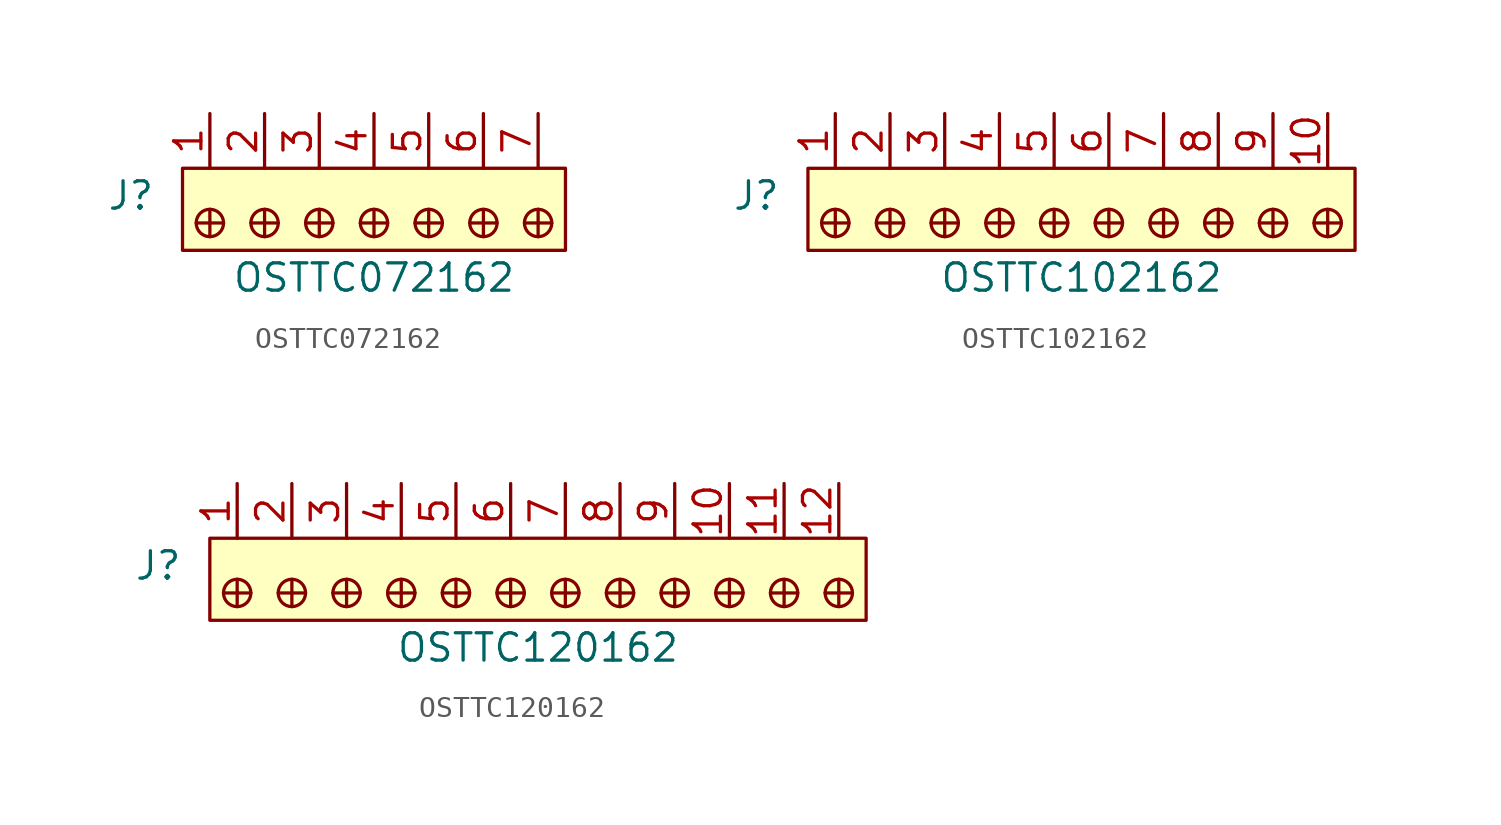
<source format=kicad_sym>
(kicad_symbol_lib
  (version 20211014)
  (generator kicad_symbol_editor)
  (symbol "OSTTC072162"
    (pin_names
      (offset 1.016))
    (property "Reference" "J"
      (at -2.54 -1.27 0)
      (effects (font (size 1.27 1.27)) (justify right)))
    (property "Value" "OSTTC072162"
      (at 7.62 -5.08 0)
      (effects (font (size 1.27 1.27))))
    (symbol "OSTTC072162_1_1"
      (rectangle (start -1.27 0) (end 16.51 -3.81) (stroke (width 0) (type default) (color 0 0 0 0)) (fill (type background)))
      (circle (center 0 -2.54) (radius 0.635) (stroke (width 0) (type default) (color 0 0 0 0)) (fill (type none)))
      (polyline (pts (xy 0 -1.905) (xy 0 -3.175)) (stroke (width 0) (type default) (color 0 0 0 0)) (fill (type none)))
      (polyline (pts (xy 0.635 -2.54) (xy -0.635 -2.54)) (stroke (width 0) (type default) (color 0 0 0 0)) (fill (type none)))
      (polyline (pts (xy 1.905 -2.54) (xy 3.175 -2.54)) (stroke (width 0) (type default) (color 0 0 0 0)) (fill (type none)))
      (polyline (pts (xy 2.54 -1.905) (xy 2.54 -3.175)) (stroke (width 0) (type default) (color 0 0 0 0)) (fill (type none)))
      (polyline (pts (xy 5.08 -1.905) (xy 5.08 -3.175)) (stroke (width 0) (type default) (color 0 0 0 0)) (fill (type none)))
      (polyline (pts (xy 5.715 -2.54) (xy 4.445 -2.54)) (stroke (width 0) (type default) (color 0 0 0 0)) (fill (type none)))
      (polyline (pts (xy 6.985 -2.54) (xy 8.255 -2.54)) (stroke (width 0) (type default) (color 0 0 0 0)) (fill (type none)))
      (polyline (pts (xy 7.62 -1.905) (xy 7.62 -3.175)) (stroke (width 0) (type default) (color 0 0 0 0)) (fill (type none)))
      (polyline (pts (xy 10.16 -1.905) (xy 10.16 -3.175)) (stroke (width 0) (type default) (color 0 0 0 0)) (fill (type none)))
      (polyline (pts (xy 10.795 -2.54) (xy 9.525 -2.54)) (stroke (width 0) (type default) (color 0 0 0 0)) (fill (type none)))
      (polyline (pts (xy 12.065 -2.54) (xy 13.335 -2.54)) (stroke (width 0) (type default) (color 0 0 0 0)) (fill (type none)))
      (polyline (pts (xy 12.7 -1.905) (xy 12.7 -3.175)) (stroke (width 0) (type default) (color 0 0 0 0)) (fill (type none)))
      (polyline (pts (xy 14.605 -2.54) (xy 15.875 -2.54)) (stroke (width 0) (type default) (color 0 0 0 0)) (fill (type none)))
      (polyline (pts (xy 15.24 -1.905) (xy 15.24 -3.175)) (stroke (width 0) (type default) (color 0 0 0 0)) (fill (type none)))
      (circle (center 2.54 -2.54) (radius 0.635) (stroke (width 0) (type default) (color 0 0 0 0)) (fill (type none)))
      (circle (center 5.08 -2.54) (radius 0.635) (stroke (width 0) (type default) (color 0 0 0 0)) (fill (type none)))
      (circle (center 7.62 -2.54) (radius 0.635) (stroke (width 0) (type default) (color 0 0 0 0)) (fill (type none)))
      (circle (center 10.16 -2.54) (radius 0.635) (stroke (width 0) (type default) (color 0 0 0 0)) (fill (type none)))
      (circle (center 12.7 -2.54) (radius 0.635) (stroke (width 0) (type default) (color 0 0 0 0)) (fill (type none)))
      (circle (center 15.24 -2.54) (radius 0.635) (stroke (width 0) (type default) (color 0 0 0 0)) (fill (type none)))
      (pin passive line (at 0 2.54 270) (length 2.54) (name "~" (effects (font (size 1.27 1.27)))) (number "1" (effects (font (size 1.27 1.27)))))
      (pin passive line (at 2.54 2.54 270) (length 2.54) (name "~" (effects (font (size 1.27 1.27)))) (number "2" (effects (font (size 1.27 1.27)))))
      (pin passive line (at 5.08 2.54 270) (length 2.54) (name "~" (effects (font (size 1.27 1.27)))) (number "3" (effects (font (size 1.27 1.27)))))
      (pin passive line (at 7.62 2.54 270) (length 2.54) (name "~" (effects (font (size 1.27 1.27)))) (number "4" (effects (font (size 1.27 1.27)))))
      (pin passive line (at 10.16 2.54 270) (length 2.54) (name "~" (effects (font (size 1.27 1.27)))) (number "5" (effects (font (size 1.27 1.27)))))
      (pin passive line (at 12.7 2.54 270) (length 2.54) (name "~" (effects (font (size 1.27 1.27)))) (number "6" (effects (font (size 1.27 1.27)))))
      (pin passive line (at 15.24 2.54 270) (length 2.54) (name "~" (effects (font (size 1.27 1.27)))) (number "7" (effects (font (size 1.27 1.27)))))))
  (symbol "OSTTC102162"
    (pin_names
      (offset 1.016))
    (property "Reference" "J"
      (at -2.54 -1.27 0)
      (effects (font (size 1.27 1.27)) (justify right)))
    (property "Value" "OSTTC102162"
      (at 11.43 -5.08 0)
      (effects (font (size 1.27 1.27))))
    (symbol "OSTTC102162_1_1"
      (rectangle (start -1.27 0) (end 24.13 -3.81) (stroke (width 0) (type default) (color 0 0 0 0)) (fill (type background)))
      (circle (center 0 -2.54) (radius 0.635) (stroke (width 0) (type default) (color 0 0 0 0)) (fill (type none)))
      (polyline (pts (xy 0 -1.905) (xy 0 -3.175)) (stroke (width 0) (type default) (color 0 0 0 0)) (fill (type none)))
      (polyline (pts (xy 0.635 -2.54) (xy -0.635 -2.54)) (stroke (width 0) (type default) (color 0 0 0 0)) (fill (type none)))
      (polyline (pts (xy 1.905 -2.54) (xy 3.175 -2.54)) (stroke (width 0) (type default) (color 0 0 0 0)) (fill (type none)))
      (polyline (pts (xy 2.54 -1.905) (xy 2.54 -3.175)) (stroke (width 0) (type default) (color 0 0 0 0)) (fill (type none)))
      (polyline (pts (xy 5.08 -1.905) (xy 5.08 -3.175)) (stroke (width 0) (type default) (color 0 0 0 0)) (fill (type none)))
      (polyline (pts (xy 5.715 -2.54) (xy 4.445 -2.54)) (stroke (width 0) (type default) (color 0 0 0 0)) (fill (type none)))
      (polyline (pts (xy 6.985 -2.54) (xy 8.255 -2.54)) (stroke (width 0) (type default) (color 0 0 0 0)) (fill (type none)))
      (polyline (pts (xy 7.62 -1.905) (xy 7.62 -3.175)) (stroke (width 0) (type default) (color 0 0 0 0)) (fill (type none)))
      (polyline (pts (xy 10.16 -1.905) (xy 10.16 -3.175)) (stroke (width 0) (type default) (color 0 0 0 0)) (fill (type none)))
      (polyline (pts (xy 10.795 -2.54) (xy 9.525 -2.54)) (stroke (width 0) (type default) (color 0 0 0 0)) (fill (type none)))
      (polyline (pts (xy 12.065 -2.54) (xy 13.335 -2.54)) (stroke (width 0) (type default) (color 0 0 0 0)) (fill (type none)))
      (polyline (pts (xy 12.7 -1.905) (xy 12.7 -3.175)) (stroke (width 0) (type default) (color 0 0 0 0)) (fill (type none)))
      (polyline (pts (xy 15.24 -1.905) (xy 15.24 -3.175)) (stroke (width 0) (type default) (color 0 0 0 0)) (fill (type none)))
      (polyline (pts (xy 15.875 -2.54) (xy 14.605 -2.54)) (stroke (width 0) (type default) (color 0 0 0 0)) (fill (type none)))
      (polyline (pts (xy 17.145 -2.54) (xy 18.415 -2.54)) (stroke (width 0) (type default) (color 0 0 0 0)) (fill (type none)))
      (polyline (pts (xy 17.78 -1.905) (xy 17.78 -3.175)) (stroke (width 0) (type default) (color 0 0 0 0)) (fill (type none)))
      (polyline (pts (xy 20.32 -1.905) (xy 20.32 -3.175)) (stroke (width 0) (type default) (color 0 0 0 0)) (fill (type none)))
      (polyline (pts (xy 20.955 -2.54) (xy 19.685 -2.54)) (stroke (width 0) (type default) (color 0 0 0 0)) (fill (type none)))
      (polyline (pts (xy 22.225 -2.54) (xy 23.495 -2.54)) (stroke (width 0) (type default) (color 0 0 0 0)) (fill (type none)))
      (polyline (pts (xy 22.86 -1.905) (xy 22.86 -3.175)) (stroke (width 0) (type default) (color 0 0 0 0)) (fill (type none)))
      (circle (center 2.54 -2.54) (radius 0.635) (stroke (width 0) (type default) (color 0 0 0 0)) (fill (type none)))
      (circle (center 5.08 -2.54) (radius 0.635) (stroke (width 0) (type default) (color 0 0 0 0)) (fill (type none)))
      (circle (center 7.62 -2.54) (radius 0.635) (stroke (width 0) (type default) (color 0 0 0 0)) (fill (type none)))
      (circle (center 10.16 -2.54) (radius 0.635) (stroke (width 0) (type default) (color 0 0 0 0)) (fill (type none)))
      (circle (center 12.7 -2.54) (radius 0.635) (stroke (width 0) (type default) (color 0 0 0 0)) (fill (type none)))
      (circle (center 15.24 -2.54) (radius 0.635) (stroke (width 0) (type default) (color 0 0 0 0)) (fill (type none)))
      (circle (center 17.78 -2.54) (radius 0.635) (stroke (width 0) (type default) (color 0 0 0 0)) (fill (type none)))
      (circle (center 20.32 -2.54) (radius 0.635) (stroke (width 0) (type default) (color 0 0 0 0)) (fill (type none)))
      (circle (center 22.86 -2.54) (radius 0.635) (stroke (width 0) (type default) (color 0 0 0 0)) (fill (type none)))
      (pin passive line (at 0 2.54 270) (length 2.54) (name "~" (effects (font (size 1.27 1.27)))) (number "1" (effects (font (size 1.27 1.27)))))
      (pin passive line (at 22.86 2.54 270) (length 2.54) (name "~" (effects (font (size 1.27 1.27)))) (number "10" (effects (font (size 1.27 1.27)))))
      (pin passive line (at 2.54 2.54 270) (length 2.54) (name "~" (effects (font (size 1.27 1.27)))) (number "2" (effects (font (size 1.27 1.27)))))
      (pin passive line (at 5.08 2.54 270) (length 2.54) (name "~" (effects (font (size 1.27 1.27)))) (number "3" (effects (font (size 1.27 1.27)))))
      (pin passive line (at 7.62 2.54 270) (length 2.54) (name "~" (effects (font (size 1.27 1.27)))) (number "4" (effects (font (size 1.27 1.27)))))
      (pin passive line (at 10.16 2.54 270) (length 2.54) (name "~" (effects (font (size 1.27 1.27)))) (number "5" (effects (font (size 1.27 1.27)))))
      (pin passive line (at 12.7 2.54 270) (length 2.54) (name "~" (effects (font (size 1.27 1.27)))) (number "6" (effects (font (size 1.27 1.27)))))
      (pin passive line (at 15.24 2.54 270) (length 2.54) (name "~" (effects (font (size 1.27 1.27)))) (number "7" (effects (font (size 1.27 1.27)))))
      (pin passive line (at 17.78 2.54 270) (length 2.54) (name "~" (effects (font (size 1.27 1.27)))) (number "8" (effects (font (size 1.27 1.27)))))
      (pin passive line (at 20.32 2.54 270) (length 2.54) (name "~" (effects (font (size 1.27 1.27)))) (number "9" (effects (font (size 1.27 1.27)))))))
  (symbol "OSTTC120162"
    (pin_names
      (offset 1.016))
    (property "Reference" "J"
      (at -2.54 -1.27 0)
      (effects (font (size 1.27 1.27)) (justify right)))
    (property "Value" "OSTTC120162"
      (at 13.97 -5.08 0)
      (effects (font (size 1.27 1.27))))
    (symbol "OSTTC120162_1_1"
      (rectangle (start -1.27 0) (end 29.21 -3.81) (stroke (width 0) (type default) (color 0 0 0 0)) (fill (type background)))
      (circle (center 0 -2.54) (radius 0.635) (stroke (width 0) (type default) (color 0 0 0 0)) (fill (type none)))
      (polyline (pts (xy 0 -1.905) (xy 0 -3.175)) (stroke (width 0) (type default) (color 0 0 0 0)) (fill (type none)))
      (polyline (pts (xy 0.635 -2.54) (xy -0.635 -2.54)) (stroke (width 0) (type default) (color 0 0 0 0)) (fill (type none)))
      (polyline (pts (xy 1.905 -2.54) (xy 3.175 -2.54)) (stroke (width 0) (type default) (color 0 0 0 0)) (fill (type none)))
      (polyline (pts (xy 2.54 -1.905) (xy 2.54 -3.175)) (stroke (width 0) (type default) (color 0 0 0 0)) (fill (type none)))
      (polyline (pts (xy 5.08 -1.905) (xy 5.08 -3.175)) (stroke (width 0) (type default) (color 0 0 0 0)) (fill (type none)))
      (polyline (pts (xy 5.715 -2.54) (xy 4.445 -2.54)) (stroke (width 0) (type default) (color 0 0 0 0)) (fill (type none)))
      (polyline (pts (xy 6.985 -2.54) (xy 8.255 -2.54)) (stroke (width 0) (type default) (color 0 0 0 0)) (fill (type none)))
      (polyline (pts (xy 7.62 -1.905) (xy 7.62 -3.175)) (stroke (width 0) (type default) (color 0 0 0 0)) (fill (type none)))
      (polyline (pts (xy 10.16 -1.905) (xy 10.16 -3.175)) (stroke (width 0) (type default) (color 0 0 0 0)) (fill (type none)))
      (polyline (pts (xy 10.795 -2.54) (xy 9.525 -2.54)) (stroke (width 0) (type default) (color 0 0 0 0)) (fill (type none)))
      (polyline (pts (xy 12.065 -2.54) (xy 13.335 -2.54)) (stroke (width 0) (type default) (color 0 0 0 0)) (fill (type none)))
      (polyline (pts (xy 12.7 -1.905) (xy 12.7 -3.175)) (stroke (width 0) (type default) (color 0 0 0 0)) (fill (type none)))
      (polyline (pts (xy 15.24 -1.905) (xy 15.24 -3.175)) (stroke (width 0) (type default) (color 0 0 0 0)) (fill (type none)))
      (polyline (pts (xy 15.875 -2.54) (xy 14.605 -2.54)) (stroke (width 0) (type default) (color 0 0 0 0)) (fill (type none)))
      (polyline (pts (xy 17.145 -2.54) (xy 18.415 -2.54)) (stroke (width 0) (type default) (color 0 0 0 0)) (fill (type none)))
      (polyline (pts (xy 17.78 -1.905) (xy 17.78 -3.175)) (stroke (width 0) (type default) (color 0 0 0 0)) (fill (type none)))
      (polyline (pts (xy 20.32 -1.905) (xy 20.32 -3.175)) (stroke (width 0) (type default) (color 0 0 0 0)) (fill (type none)))
      (polyline (pts (xy 20.955 -2.54) (xy 19.685 -2.54)) (stroke (width 0) (type default) (color 0 0 0 0)) (fill (type none)))
      (polyline (pts (xy 22.225 -2.54) (xy 23.495 -2.54)) (stroke (width 0) (type default) (color 0 0 0 0)) (fill (type none)))
      (polyline (pts (xy 22.86 -1.905) (xy 22.86 -3.175)) (stroke (width 0) (type default) (color 0 0 0 0)) (fill (type none)))
      (polyline (pts (xy 25.4 -1.905) (xy 25.4 -3.175)) (stroke (width 0) (type default) (color 0 0 0 0)) (fill (type none)))
      (polyline (pts (xy 26.035 -2.54) (xy 24.765 -2.54)) (stroke (width 0) (type default) (color 0 0 0 0)) (fill (type none)))
      (polyline (pts (xy 27.305 -2.54) (xy 28.575 -2.54)) (stroke (width 0) (type default) (color 0 0 0 0)) (fill (type none)))
      (polyline (pts (xy 27.94 -1.905) (xy 27.94 -3.175)) (stroke (width 0) (type default) (color 0 0 0 0)) (fill (type none)))
      (circle (center 2.54 -2.54) (radius 0.635) (stroke (width 0) (type default) (color 0 0 0 0)) (fill (type none)))
      (circle (center 5.08 -2.54) (radius 0.635) (stroke (width 0) (type default) (color 0 0 0 0)) (fill (type none)))
      (circle (center 7.62 -2.54) (radius 0.635) (stroke (width 0) (type default) (color 0 0 0 0)) (fill (type none)))
      (circle (center 10.16 -2.54) (radius 0.635) (stroke (width 0) (type default) (color 0 0 0 0)) (fill (type none)))
      (circle (center 12.7 -2.54) (radius 0.635) (stroke (width 0) (type default) (color 0 0 0 0)) (fill (type none)))
      (circle (center 15.24 -2.54) (radius 0.635) (stroke (width 0) (type default) (color 0 0 0 0)) (fill (type none)))
      (circle (center 17.78 -2.54) (radius 0.635) (stroke (width 0) (type default) (color 0 0 0 0)) (fill (type none)))
      (circle (center 20.32 -2.54) (radius 0.635) (stroke (width 0) (type default) (color 0 0 0 0)) (fill (type none)))
      (circle (center 22.86 -2.54) (radius 0.635) (stroke (width 0) (type default) (color 0 0 0 0)) (fill (type none)))
      (circle (center 25.4 -2.54) (radius 0.635) (stroke (width 0) (type default) (color 0 0 0 0)) (fill (type none)))
      (circle (center 27.94 -2.54) (radius 0.635) (stroke (width 0) (type default) (color 0 0 0 0)) (fill (type none)))
      (pin passive line (at 0 2.54 270) (length 2.54) (name "~" (effects (font (size 1.27 1.27)))) (number "1" (effects (font (size 1.27 1.27)))))
      (pin passive line (at 22.86 2.54 270) (length 2.54) (name "~" (effects (font (size 1.27 1.27)))) (number "10" (effects (font (size 1.27 1.27)))))
      (pin passive line (at 25.4 2.54 270) (length 2.54) (name "~" (effects (font (size 1.27 1.27)))) (number "11" (effects (font (size 1.27 1.27)))))
      (pin passive line (at 27.94 2.54 270) (length 2.54) (name "~" (effects (font (size 1.27 1.27)))) (number "12" (effects (font (size 1.27 1.27)))))
      (pin passive line (at 2.54 2.54 270) (length 2.54) (name "~" (effects (font (size 1.27 1.27)))) (number "2" (effects (font (size 1.27 1.27)))))
      (pin passive line (at 5.08 2.54 270) (length 2.54) (name "~" (effects (font (size 1.27 1.27)))) (number "3" (effects (font (size 1.27 1.27)))))
      (pin passive line (at 7.62 2.54 270) (length 2.54) (name "~" (effects (font (size 1.27 1.27)))) (number "4" (effects (font (size 1.27 1.27)))))
      (pin passive line (at 10.16 2.54 270) (length 2.54) (name "~" (effects (font (size 1.27 1.27)))) (number "5" (effects (font (size 1.27 1.27)))))
      (pin passive line (at 12.7 2.54 270) (length 2.54) (name "~" (effects (font (size 1.27 1.27)))) (number "6" (effects (font (size 1.27 1.27)))))
      (pin passive line (at 15.24 2.54 270) (length 2.54) (name "~" (effects (font (size 1.27 1.27)))) (number "7" (effects (font (size 1.27 1.27)))))
      (pin passive line (at 17.78 2.54 270) (length 2.54) (name "~" (effects (font (size 1.27 1.27)))) (number "8" (effects (font (size 1.27 1.27)))))
      (pin passive line (at 20.32 2.54 270) (length 2.54) (name "~" (effects (font (size 1.27 1.27)))) (number "9" (effects (font (size 1.27 1.27))))))))
</source>
